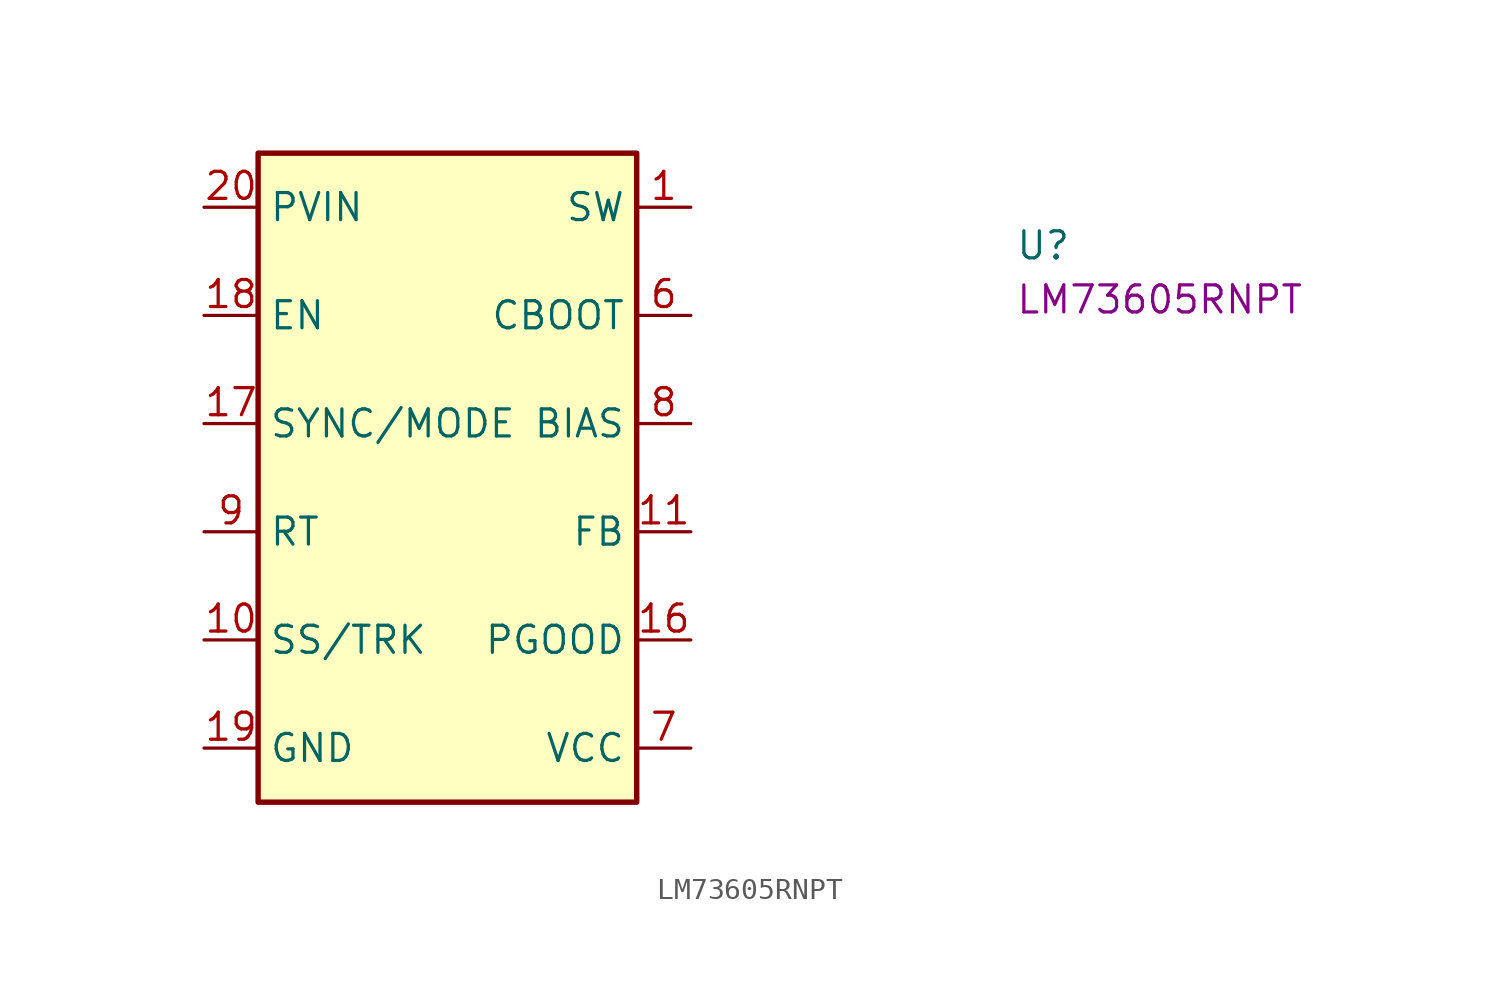
<source format=kicad_sym>
(kicad_symbol_lib
  (version 20220914)
  (generator kicad_symbol_editor)
  (symbol "LM73605RNPT"
    (property "Reference" "U"
      (at 38.1 -2.54 0)
      (effects (font (size 1.27 1.27) (thickness 0.15)) (justify left bottom)))
    (property "MPN" "LM73605RNPT"
      (at 38.1 -5.08 0)
      (effects (font (size 1.27 1.27) (thickness 0.15)) (justify left bottom)))
    (symbol "LM73605RNPT_1_1"
      (rectangle (start 2.54 2.54) (end 20.32 -27.94) (stroke (width 0.254) (type default)) (fill (type background)))
      (pin passive line (at 22.86 0 180) (length 2.54) (name "SW" (effects (font (size 1.27 1.27)))) (number "1" (effects (font (size 1.27 1.27)))))
      (pin passive line (at 0 -20.32 0) (length 2.54) (name "SS/TRK" (effects (font (size 1.27 1.27)))) (number "10" (effects (font (size 1.27 1.27)))))
      (pin input line (at 22.86 -15.24 180) (length 2.54) (name "FB" (effects (font (size 1.27 1.27)))) (number "11" (effects (font (size 1.27 1.27)))))
      (pin passive line (at 0 -25.4 0) (length 2.54) hide (name "NC" (effects (font (size 1.27 1.27)))) (number "12" (effects (font (size 1.27 1.27)))))
      (pin passive line (at 0 -25.4 0) (length 2.54) hide (name "NC" (effects (font (size 1.27 1.27)))) (number "13" (effects (font (size 1.27 1.27)))))
      (pin passive line (at 0 -25.4 0) (length 2.54) hide (name "NC" (effects (font (size 1.27 1.27)))) (number "14" (effects (font (size 1.27 1.27)))))
      (pin passive line (at 0 -25.4 0) (length 2.54) hide (name "NC" (effects (font (size 1.27 1.27)))) (number "15" (effects (font (size 1.27 1.27)))))
      (pin output line (at 22.86 -20.32 180) (length 2.54) (name "PGOOD" (effects (font (size 1.27 1.27)))) (number "16" (effects (font (size 1.27 1.27)))))
      (pin input line (at 0 -10.16 0) (length 2.54) (name "SYNC/MODE" (effects (font (size 1.27 1.27)))) (number "17" (effects (font (size 1.27 1.27)))))
      (pin input line (at 0 -5.08 0) (length 2.54) (name "EN" (effects (font (size 1.27 1.27)))) (number "18" (effects (font (size 1.27 1.27)))))
      (pin passive line (at 0 -25.4 0) (length 2.54) (name "GND" (effects (font (size 1.27 1.27)))) (number "19" (effects (font (size 1.27 1.27)))))
      (pin passive line (at 22.86 0 180) (length 2.54) hide (name "SW" (effects (font (size 1.27 1.27)))) (number "2" (effects (font (size 1.27 1.27)))))
      (pin power_in line (at 0 0 0) (length 2.54) (name "PVIN" (effects (font (size 1.27 1.27)))) (number "20" (effects (font (size 1.27 1.27)))))
      (pin power_in line (at 0 0 0) (length 2.54) hide (name "PVIN" (effects (font (size 1.27 1.27)))) (number "21" (effects (font (size 1.27 1.27)))))
      (pin power_in line (at 0 0 0) (length 2.54) hide (name "PVIN" (effects (font (size 1.27 1.27)))) (number "22" (effects (font (size 1.27 1.27)))))
      (pin passive line (at 0 -25.4 0) (length 2.54) hide (name "GND" (effects (font (size 1.27 1.27)))) (number "23" (effects (font (size 1.27 1.27)))))
      (pin passive line (at 0 -25.4 0) (length 2.54) hide (name "GND" (effects (font (size 1.27 1.27)))) (number "24" (effects (font (size 1.27 1.27)))))
      (pin passive line (at 0 -25.4 0) (length 2.54) hide (name "GND" (effects (font (size 1.27 1.27)))) (number "25" (effects (font (size 1.27 1.27)))))
      (pin passive line (at 0 -25.4 0) (length 2.54) hide (name "GND" (effects (font (size 1.27 1.27)))) (number "26" (effects (font (size 1.27 1.27)))))
      (pin passive line (at 0 -25.4 0) (length 2.54) hide (name "NC" (effects (font (size 1.27 1.27)))) (number "27" (effects (font (size 1.27 1.27)))))
      (pin passive line (at 0 -25.4 0) (length 2.54) hide (name "NC" (effects (font (size 1.27 1.27)))) (number "28" (effects (font (size 1.27 1.27)))))
      (pin passive line (at 0 -25.4 0) (length 2.54) hide (name "NC" (effects (font (size 1.27 1.27)))) (number "29" (effects (font (size 1.27 1.27)))))
      (pin passive line (at 22.86 0 180) (length 2.54) hide (name "SW" (effects (font (size 1.27 1.27)))) (number "3" (effects (font (size 1.27 1.27)))))
      (pin passive line (at 0 -25.4 0) (length 2.54) hide (name "NC" (effects (font (size 1.27 1.27)))) (number "30" (effects (font (size 1.27 1.27)))))
      (pin passive line (at 0 -25.4 0) (length 2.54) hide (name "GND" (effects (font (size 1.27 1.27)))) (number "31" (effects (font (size 1.27 1.27)))))
      (pin passive line (at 22.86 0 180) (length 2.54) hide (name "SW" (effects (font (size 1.27 1.27)))) (number "4" (effects (font (size 1.27 1.27)))))
      (pin passive line (at 22.86 0 180) (length 2.54) hide (name "SW" (effects (font (size 1.27 1.27)))) (number "5" (effects (font (size 1.27 1.27)))))
      (pin passive line (at 22.86 -5.08 180) (length 2.54) (name "CBOOT" (effects (font (size 1.27 1.27)))) (number "6" (effects (font (size 1.27 1.27)))))
      (pin power_out line (at 22.86 -25.4 180) (length 2.54) (name "VCC" (effects (font (size 1.27 1.27)))) (number "7" (effects (font (size 1.27 1.27)))))
      (pin passive line (at 22.86 -10.16 180) (length 2.54) (name "BIAS" (effects (font (size 1.27 1.27)))) (number "8" (effects (font (size 1.27 1.27)))))
      (pin passive line (at 0 -15.24 0) (length 2.54) (name "RT" (effects (font (size 1.27 1.27)))) (number "9" (effects (font (size 1.27 1.27))))))))
</source>
